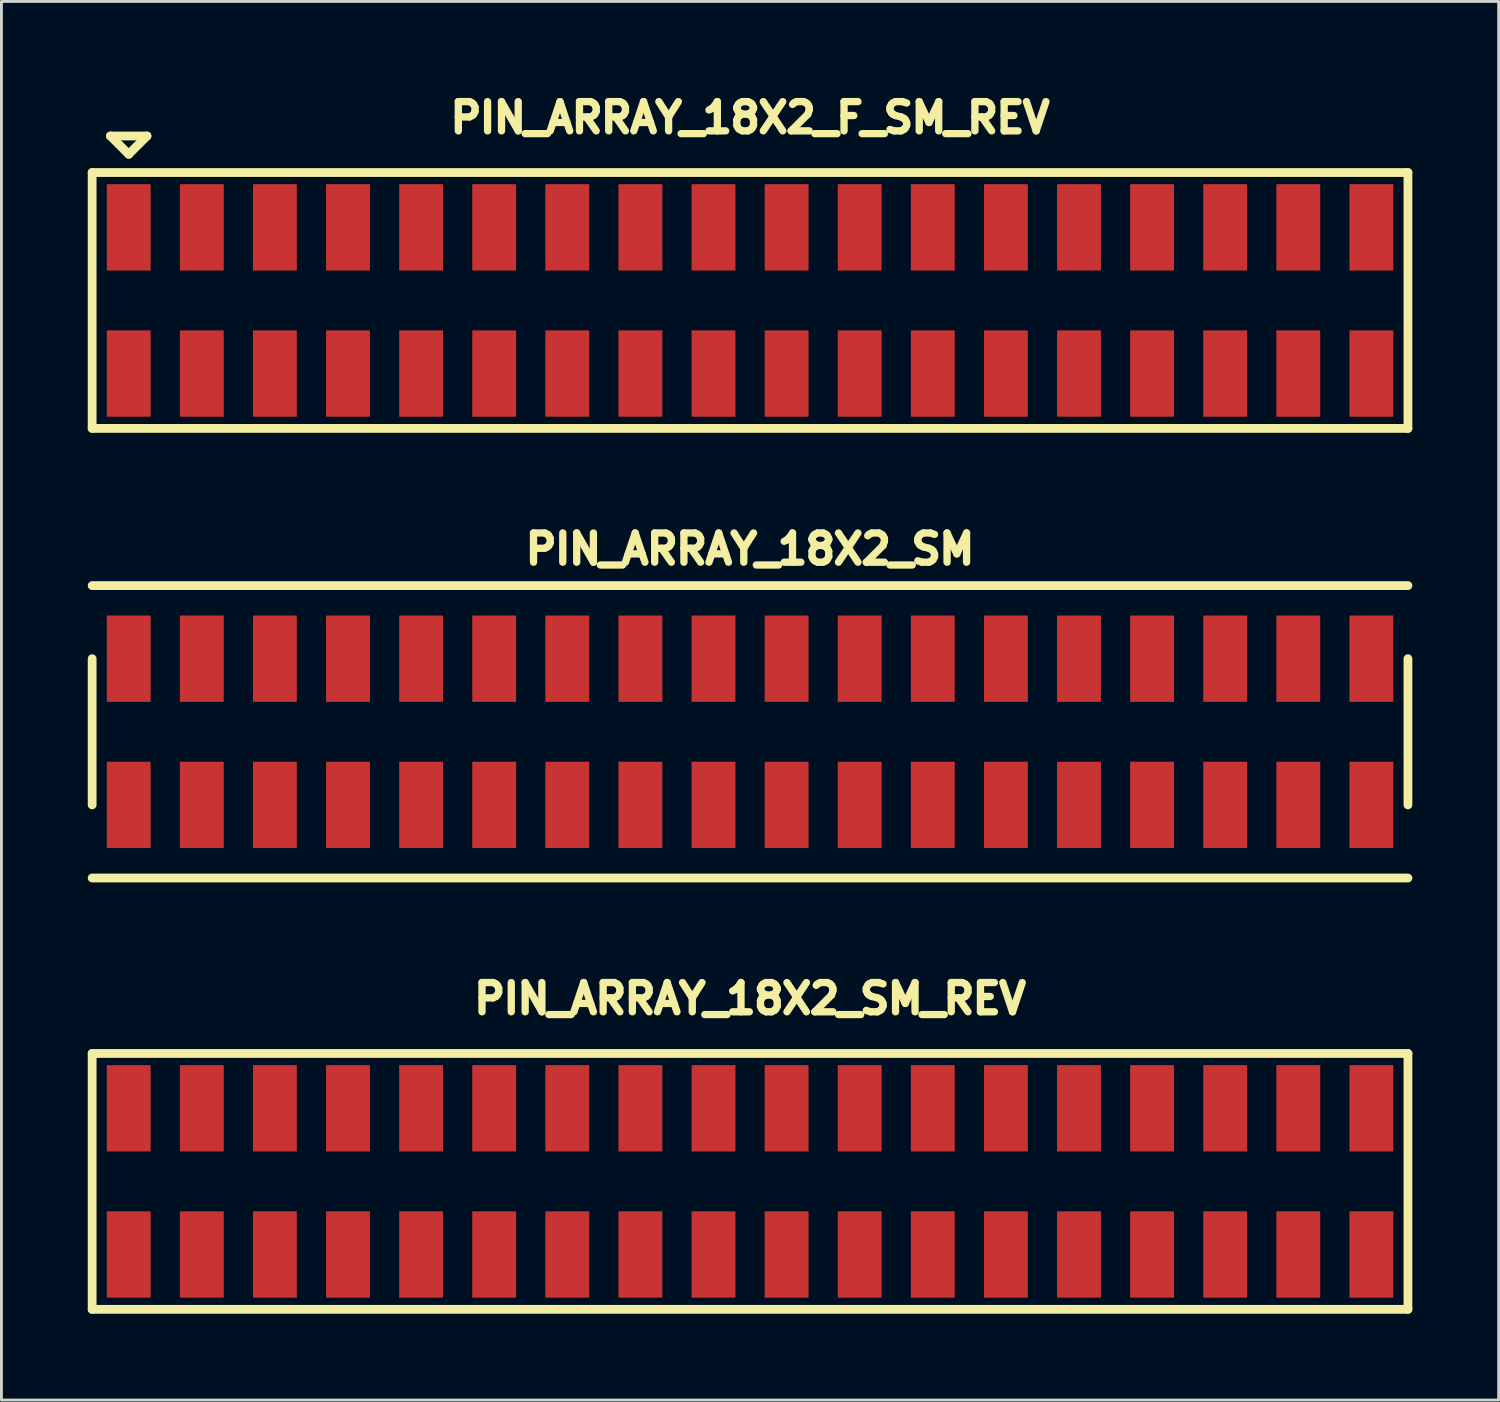
<source format=kicad_pcb>
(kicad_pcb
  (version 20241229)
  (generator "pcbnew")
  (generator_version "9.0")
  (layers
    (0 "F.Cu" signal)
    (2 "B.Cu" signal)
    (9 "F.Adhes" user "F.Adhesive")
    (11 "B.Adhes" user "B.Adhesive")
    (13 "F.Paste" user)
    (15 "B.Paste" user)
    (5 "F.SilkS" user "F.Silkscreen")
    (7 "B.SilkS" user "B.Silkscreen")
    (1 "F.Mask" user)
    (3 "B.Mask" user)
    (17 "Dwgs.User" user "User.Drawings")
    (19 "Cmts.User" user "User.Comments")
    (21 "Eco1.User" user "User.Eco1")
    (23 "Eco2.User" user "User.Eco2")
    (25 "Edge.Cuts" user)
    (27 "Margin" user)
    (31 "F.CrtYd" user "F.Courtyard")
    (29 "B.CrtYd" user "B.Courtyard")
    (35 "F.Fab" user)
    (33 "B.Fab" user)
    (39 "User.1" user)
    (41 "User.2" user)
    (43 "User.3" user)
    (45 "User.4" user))
  (footprint "PIN_ARRAY_18X2_F_SM_REV"
    (layer "F.Cu")
    (at 23.012 7.39)
    (property "Reference" "PIN_ARRAY_18X2_F_SM_REV" (at 0 -6.35 0) (layer "F.SilkS") (effects (font (size 1.016 1.016) (thickness 0.254))))
    (attr through_hole)
    (fp_line (start -22.86 -4.445) (end 22.86 -4.445) (stroke (width 0.305) (type solid)) (layer "F.SilkS"))
    (fp_line (start -22.86 4.445) (end -22.86 -4.445) (stroke (width 0.305) (type solid)) (layer "F.SilkS"))
    (fp_line (start -22.225 -5.715) (end -21.59 -5.08) (stroke (width 0.305) (type solid)) (layer "F.SilkS"))
    (fp_line (start -21.59 -5.08) (end -20.955 -5.715) (stroke (width 0.305) (type solid)) (layer "F.SilkS"))
    (fp_line (start -20.955 -5.715) (end -22.225 -5.715) (stroke (width 0.305) (type solid)) (layer "F.SilkS"))
    (fp_line (start 22.86 -4.445) (end 22.86 4.445) (stroke (width 0.305) (type solid)) (layer "F.SilkS"))
    (fp_line (start 22.86 4.445) (end -22.86 4.445) (stroke (width 0.305) (type solid)) (layer "F.SilkS"))
    (pad "1" smd rect (at -21.59 -2.54) (size 1.524 3) (layers "F.Cu" "F.Mask" "F.Paste"))
    (pad "2" smd rect (at -21.59 2.54) (size 1.524 3) (layers "F.Cu" "F.Mask" "F.Paste"))
    (pad "3" smd rect (at -19.05 -2.54) (size 1.524 3) (layers "F.Cu" "F.Mask" "F.Paste"))
    (pad "4" smd rect (at -19.05 2.54) (size 1.524 3) (layers "F.Cu" "F.Mask" "F.Paste"))
    (pad "5" smd rect (at -16.51 -2.54) (size 1.524 3) (layers "F.Cu" "F.Mask" "F.Paste"))
    (pad "6" smd rect (at -16.51 2.54) (size 1.524 3) (layers "F.Cu" "F.Mask" "F.Paste"))
    (pad "7" smd rect (at -13.97 -2.54) (size 1.524 3) (layers "F.Cu" "F.Mask" "F.Paste"))
    (pad "8" smd rect (at -13.97 2.54) (size 1.524 3) (layers "F.Cu" "F.Mask" "F.Paste"))
    (pad "9" smd rect (at -11.43 -2.54) (size 1.524 3) (layers "F.Cu" "F.Mask" "F.Paste"))
    (pad "10" smd rect (at -11.43 2.54) (size 1.524 3) (layers "F.Cu" "F.Mask" "F.Paste"))
    (pad "11" smd rect (at -8.89 -2.54) (size 1.524 3) (layers "F.Cu" "F.Mask" "F.Paste"))
    (pad "12" smd rect (at -8.89 2.54) (size 1.524 3) (layers "F.Cu" "F.Mask" "F.Paste"))
    (pad "13" smd rect (at -6.35 -2.54) (size 1.524 3) (layers "F.Cu" "F.Mask" "F.Paste"))
    (pad "14" smd rect (at -6.35 2.54) (size 1.524 3) (layers "F.Cu" "F.Mask" "F.Paste"))
    (pad "15" smd rect (at -3.81 -2.54) (size 1.524 3) (layers "F.Cu" "F.Mask" "F.Paste"))
    (pad "16" smd rect (at -3.81 2.54) (size 1.524 3) (layers "F.Cu" "F.Mask" "F.Paste"))
    (pad "17" smd rect (at -1.27 -2.54) (size 1.524 3) (layers "F.Cu" "F.Mask" "F.Paste"))
    (pad "18" smd rect (at -1.27 2.54) (size 1.524 3) (layers "F.Cu" "F.Mask" "F.Paste"))
    (pad "19" smd rect (at 1.27 -2.54) (size 1.524 3) (layers "F.Cu" "F.Mask" "F.Paste"))
    (pad "20" smd rect (at 1.27 2.54) (size 1.524 3) (layers "F.Cu" "F.Mask" "F.Paste"))
    (pad "21" smd rect (at 3.81 -2.54) (size 1.524 3) (layers "F.Cu" "F.Mask" "F.Paste"))
    (pad "22" smd rect (at 3.81 2.54) (size 1.524 3) (layers "F.Cu" "F.Mask" "F.Paste"))
    (pad "23" smd rect (at 6.35 -2.54) (size 1.524 3) (layers "F.Cu" "F.Mask" "F.Paste"))
    (pad "24" smd rect (at 6.35 2.54) (size 1.524 3) (layers "F.Cu" "F.Mask" "F.Paste"))
    (pad "25" smd rect (at 8.89 -2.54) (size 1.524 3) (layers "F.Cu" "F.Mask" "F.Paste"))
    (pad "26" smd rect (at 8.89 2.54) (size 1.524 3) (layers "F.Cu" "F.Mask" "F.Paste"))
    (pad "27" smd rect (at 11.43 -2.54) (size 1.524 3) (layers "F.Cu" "F.Mask" "F.Paste"))
    (pad "28" smd rect (at 11.43 2.54) (size 1.524 3) (layers "F.Cu" "F.Mask" "F.Paste"))
    (pad "29" smd rect (at 13.97 -2.54) (size 1.524 3) (layers "F.Cu" "F.Mask" "F.Paste"))
    (pad "30" smd rect (at 13.97 2.54) (size 1.524 3) (layers "F.Cu" "F.Mask" "F.Paste"))
    (pad "31" smd rect (at 16.51 -2.54) (size 1.524 3) (layers "F.Cu" "F.Mask" "F.Paste"))
    (pad "32" smd rect (at 16.51 2.54) (size 1.524 3) (layers "F.Cu" "F.Mask" "F.Paste"))
    (pad "33" smd rect (at 19.05 -2.54) (size 1.524 3) (layers "F.Cu" "F.Mask" "F.Paste"))
    (pad "34" smd rect (at 19.05 2.54) (size 1.524 3) (layers "F.Cu" "F.Mask" "F.Paste"))
    (pad "35" smd rect (at 21.59 -2.54) (size 1.524 3) (layers "F.Cu" "F.Mask" "F.Paste"))
    (pad "36" smd rect (at 21.59 2.54) (size 1.524 3) (layers "F.Cu" "F.Mask" "F.Paste")))
  (footprint "PIN_ARRAY_18X2_SM_REV"
    (layer "F.Cu")
    (at 23.012 38)
    (property "Reference" "PIN_ARRAY_18X2_SM_REV" (at 0 -6.35 0) (layer "F.SilkS") (effects (font (size 1.016 1.016) (thickness 0.254))))
    (attr through_hole)
    (fp_line (start -22.86 -4.445) (end 22.86 -4.445) (stroke (width 0.305) (type solid)) (layer "F.SilkS"))
    (fp_line (start -22.86 4.445) (end -22.86 -4.445) (stroke (width 0.305) (type solid)) (layer "F.SilkS"))
    (fp_line (start 22.86 -4.445) (end 22.86 4.445) (stroke (width 0.305) (type solid)) (layer "F.SilkS"))
    (fp_line (start 22.86 4.445) (end -22.86 4.445) (stroke (width 0.305) (type solid)) (layer "F.SilkS"))
    (pad "1" smd rect (at -21.59 -2.54) (size 1.524 3) (layers "F.Cu" "F.Mask" "F.Paste"))
    (pad "2" smd rect (at -21.59 2.54) (size 1.524 3) (layers "F.Cu" "F.Mask" "F.Paste"))
    (pad "3" smd rect (at -19.05 -2.54) (size 1.524 3) (layers "F.Cu" "F.Mask" "F.Paste"))
    (pad "4" smd rect (at -19.05 2.54) (size 1.524 3) (layers "F.Cu" "F.Mask" "F.Paste"))
    (pad "5" smd rect (at -16.51 -2.54) (size 1.524 3) (layers "F.Cu" "F.Mask" "F.Paste"))
    (pad "6" smd rect (at -16.51 2.54) (size 1.524 3) (layers "F.Cu" "F.Mask" "F.Paste"))
    (pad "7" smd rect (at -13.97 -2.54) (size 1.524 3) (layers "F.Cu" "F.Mask" "F.Paste"))
    (pad "8" smd rect (at -13.97 2.54) (size 1.524 3) (layers "F.Cu" "F.Mask" "F.Paste"))
    (pad "9" smd rect (at -11.43 -2.54) (size 1.524 3) (layers "F.Cu" "F.Mask" "F.Paste"))
    (pad "10" smd rect (at -11.43 2.54) (size 1.524 3) (layers "F.Cu" "F.Mask" "F.Paste"))
    (pad "11" smd rect (at -8.89 -2.54) (size 1.524 3) (layers "F.Cu" "F.Mask" "F.Paste"))
    (pad "12" smd rect (at -8.89 2.54) (size 1.524 3) (layers "F.Cu" "F.Mask" "F.Paste"))
    (pad "13" smd rect (at -6.35 -2.54) (size 1.524 3) (layers "F.Cu" "F.Mask" "F.Paste"))
    (pad "14" smd rect (at -6.35 2.54) (size 1.524 3) (layers "F.Cu" "F.Mask" "F.Paste"))
    (pad "15" smd rect (at -3.81 -2.54) (size 1.524 3) (layers "F.Cu" "F.Mask" "F.Paste"))
    (pad "16" smd rect (at -3.81 2.54) (size 1.524 3) (layers "F.Cu" "F.Mask" "F.Paste"))
    (pad "17" smd rect (at -1.27 -2.54) (size 1.524 3) (layers "F.Cu" "F.Mask" "F.Paste"))
    (pad "18" smd rect (at -1.27 2.54) (size 1.524 3) (layers "F.Cu" "F.Mask" "F.Paste"))
    (pad "19" smd rect (at 1.27 -2.54) (size 1.524 3) (layers "F.Cu" "F.Mask" "F.Paste"))
    (pad "20" smd rect (at 1.27 2.54) (size 1.524 3) (layers "F.Cu" "F.Mask" "F.Paste"))
    (pad "21" smd rect (at 3.81 -2.54) (size 1.524 3) (layers "F.Cu" "F.Mask" "F.Paste"))
    (pad "22" smd rect (at 3.81 2.54) (size 1.524 3) (layers "F.Cu" "F.Mask" "F.Paste"))
    (pad "23" smd rect (at 6.35 -2.54) (size 1.524 3) (layers "F.Cu" "F.Mask" "F.Paste"))
    (pad "24" smd rect (at 6.35 2.54) (size 1.524 3) (layers "F.Cu" "F.Mask" "F.Paste"))
    (pad "25" smd rect (at 8.89 -2.54) (size 1.524 3) (layers "F.Cu" "F.Mask" "F.Paste"))
    (pad "26" smd rect (at 8.89 2.54) (size 1.524 3) (layers "F.Cu" "F.Mask" "F.Paste"))
    (pad "27" smd rect (at 11.43 -2.54) (size 1.524 3) (layers "F.Cu" "F.Mask" "F.Paste"))
    (pad "28" smd rect (at 11.43 2.54) (size 1.524 3) (layers "F.Cu" "F.Mask" "F.Paste"))
    (pad "29" smd rect (at 13.97 -2.54) (size 1.524 3) (layers "F.Cu" "F.Mask" "F.Paste"))
    (pad "30" smd rect (at 13.97 2.54) (size 1.524 3) (layers "F.Cu" "F.Mask" "F.Paste"))
    (pad "31" smd rect (at 16.51 -2.54) (size 1.524 3) (layers "F.Cu" "F.Mask" "F.Paste"))
    (pad "32" smd rect (at 16.51 2.54) (size 1.524 3) (layers "F.Cu" "F.Mask" "F.Paste"))
    (pad "33" smd rect (at 19.05 -2.54) (size 1.524 3) (layers "F.Cu" "F.Mask" "F.Paste"))
    (pad "34" smd rect (at 19.05 2.54) (size 1.524 3) (layers "F.Cu" "F.Mask" "F.Paste"))
    (pad "35" smd rect (at 21.59 -2.54) (size 1.524 3) (layers "F.Cu" "F.Mask" "F.Paste"))
    (pad "36" smd rect (at 21.59 2.54) (size 1.524 3) (layers "F.Cu" "F.Mask" "F.Paste")))
  (footprint "PIN_ARRAY_18X2_SM"
    (layer "F.Cu")
    (at 23.012 22.378)
    (property "Reference" "PIN_ARRAY_18X2_SM" (at 0 -6.35 0) (layer "F.SilkS") (effects (font (size 1.016 1.016) (thickness 0.254))))
    (attr through_hole)
    (fp_line (start -22.86 -5.08) (end 22.86 -5.08) (stroke (width 0.305) (type solid)) (layer "F.SilkS"))
    (fp_line (start -22.86 -2.54) (end -22.86 2.54) (stroke (width 0.305) (type solid)) (layer "F.SilkS"))
    (fp_line (start 22.86 -2.54) (end 22.86 2.54) (stroke (width 0.305) (type solid)) (layer "F.SilkS"))
    (fp_line (start 22.86 5.08) (end -22.86 5.08) (stroke (width 0.305) (type solid)) (layer "F.SilkS"))
    (pad "1" smd rect (at -21.59 2.54) (size 1.524 3) (layers "F.Cu" "F.Mask" "F.Paste"))
    (pad "2" smd rect (at -21.59 -2.54) (size 1.524 3) (layers "F.Cu" "F.Mask" "F.Paste"))
    (pad "3" smd rect (at -19.05 2.54) (size 1.524 3) (layers "F.Cu" "F.Mask" "F.Paste"))
    (pad "4" smd rect (at -19.05 -2.54) (size 1.524 3) (layers "F.Cu" "F.Mask" "F.Paste"))
    (pad "5" smd rect (at -16.51 2.54) (size 1.524 3) (layers "F.Cu" "F.Mask" "F.Paste"))
    (pad "6" smd rect (at -16.51 -2.54) (size 1.524 3) (layers "F.Cu" "F.Mask" "F.Paste"))
    (pad "7" smd rect (at -13.97 2.54) (size 1.524 3) (layers "F.Cu" "F.Mask" "F.Paste"))
    (pad "8" smd rect (at -13.97 -2.54) (size 1.524 3) (layers "F.Cu" "F.Mask" "F.Paste"))
    (pad "9" smd rect (at -11.43 2.54) (size 1.524 3) (layers "F.Cu" "F.Mask" "F.Paste"))
    (pad "10" smd rect (at -11.43 -2.54) (size 1.524 3) (layers "F.Cu" "F.Mask" "F.Paste"))
    (pad "11" smd rect (at -8.89 2.54) (size 1.524 3) (layers "F.Cu" "F.Mask" "F.Paste"))
    (pad "12" smd rect (at -8.89 -2.54) (size 1.524 3) (layers "F.Cu" "F.Mask" "F.Paste"))
    (pad "13" smd rect (at -6.35 2.54) (size 1.524 3) (layers "F.Cu" "F.Mask" "F.Paste"))
    (pad "14" smd rect (at -6.35 -2.54) (size 1.524 3) (layers "F.Cu" "F.Mask" "F.Paste"))
    (pad "15" smd rect (at -3.81 2.54) (size 1.524 3) (layers "F.Cu" "F.Mask" "F.Paste"))
    (pad "16" smd rect (at -3.81 -2.54) (size 1.524 3) (layers "F.Cu" "F.Mask" "F.Paste"))
    (pad "17" smd rect (at -1.27 2.54) (size 1.524 3) (layers "F.Cu" "F.Mask" "F.Paste"))
    (pad "18" smd rect (at -1.27 -2.54) (size 1.524 3) (layers "F.Cu" "F.Mask" "F.Paste"))
    (pad "19" smd rect (at 1.27 2.54) (size 1.524 3) (layers "F.Cu" "F.Mask" "F.Paste"))
    (pad "20" smd rect (at 1.27 -2.54) (size 1.524 3) (layers "F.Cu" "F.Mask" "F.Paste"))
    (pad "21" smd rect (at 3.81 2.54) (size 1.524 3) (layers "F.Cu" "F.Mask" "F.Paste"))
    (pad "22" smd rect (at 3.81 -2.54) (size 1.524 3) (layers "F.Cu" "F.Mask" "F.Paste"))
    (pad "23" smd rect (at 6.35 2.54) (size 1.524 3) (layers "F.Cu" "F.Mask" "F.Paste"))
    (pad "24" smd rect (at 6.35 -2.54) (size 1.524 3) (layers "F.Cu" "F.Mask" "F.Paste"))
    (pad "25" smd rect (at 8.89 2.54) (size 1.524 3) (layers "F.Cu" "F.Mask" "F.Paste"))
    (pad "26" smd rect (at 8.89 -2.54) (size 1.524 3) (layers "F.Cu" "F.Mask" "F.Paste"))
    (pad "27" smd rect (at 11.43 2.54) (size 1.524 3) (layers "F.Cu" "F.Mask" "F.Paste"))
    (pad "28" smd rect (at 11.43 -2.54) (size 1.524 3) (layers "F.Cu" "F.Mask" "F.Paste"))
    (pad "29" smd rect (at 13.97 2.54) (size 1.524 3) (layers "F.Cu" "F.Mask" "F.Paste"))
    (pad "30" smd rect (at 13.97 -2.54) (size 1.524 3) (layers "F.Cu" "F.Mask" "F.Paste"))
    (pad "31" smd rect (at 16.51 2.54) (size 1.524 3) (layers "F.Cu" "F.Mask" "F.Paste"))
    (pad "32" smd rect (at 16.51 -2.54) (size 1.524 3) (layers "F.Cu" "F.Mask" "F.Paste"))
    (pad "33" smd rect (at 19.05 2.54) (size 1.524 3) (layers "F.Cu" "F.Mask" "F.Paste"))
    (pad "34" smd rect (at 19.05 -2.54) (size 1.524 3) (layers "F.Cu" "F.Mask" "F.Paste"))
    (pad "35" smd rect (at 21.59 2.54) (size 1.524 3) (layers "F.Cu" "F.Mask" "F.Paste"))
    (pad "36" smd rect (at 21.59 -2.54) (size 1.524 3) (layers "F.Cu" "F.Mask" "F.Paste")))
  (gr_rect
    (start -3 -3)
    (end 49.025 45.598)
    (stroke (width 0.1) (type default))
    (fill no)
    (layer "Edge.Cuts")))
</source>
